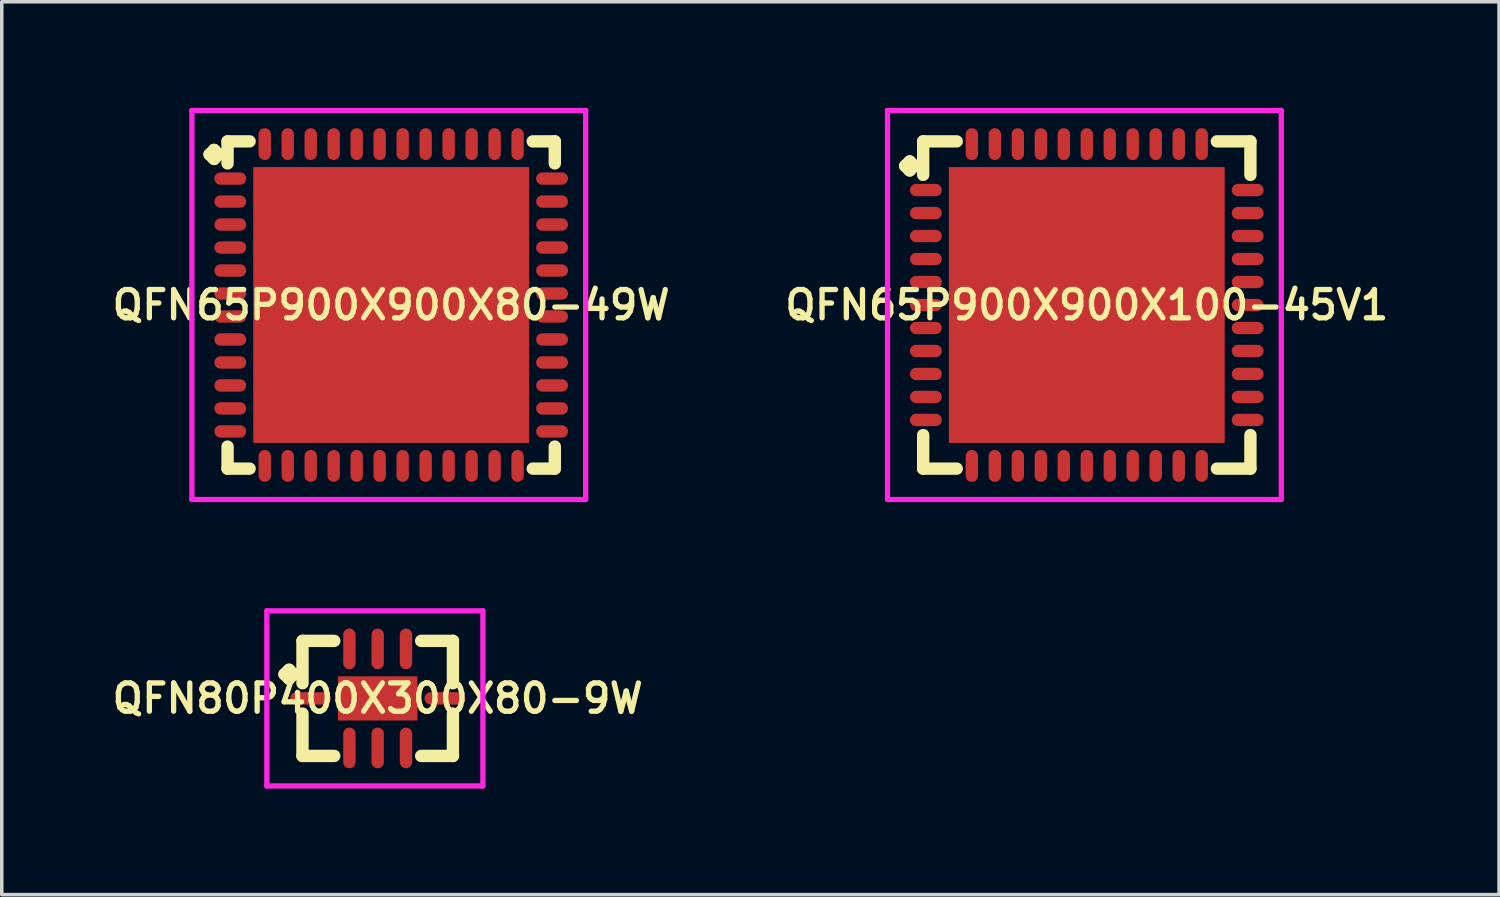
<source format=kicad_pcb>
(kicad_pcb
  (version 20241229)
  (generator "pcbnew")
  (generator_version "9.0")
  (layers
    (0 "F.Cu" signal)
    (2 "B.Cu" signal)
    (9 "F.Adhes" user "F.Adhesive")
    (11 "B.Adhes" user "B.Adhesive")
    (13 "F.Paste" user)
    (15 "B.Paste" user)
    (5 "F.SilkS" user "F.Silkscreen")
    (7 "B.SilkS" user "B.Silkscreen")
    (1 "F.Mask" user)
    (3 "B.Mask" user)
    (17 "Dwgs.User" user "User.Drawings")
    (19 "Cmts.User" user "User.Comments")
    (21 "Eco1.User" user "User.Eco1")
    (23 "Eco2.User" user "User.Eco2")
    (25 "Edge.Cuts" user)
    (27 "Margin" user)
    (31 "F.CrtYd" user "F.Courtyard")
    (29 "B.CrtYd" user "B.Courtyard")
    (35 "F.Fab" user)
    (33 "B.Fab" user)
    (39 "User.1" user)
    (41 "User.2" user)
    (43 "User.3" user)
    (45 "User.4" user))
  (footprint "QFN65P900X900X100-45V1"
    (layer "F.Cu")
    (at 27.683 5.575)
    (property "Reference" "QFN65P900X900X100-45V1" (at 0 0 0) (layer "F.SilkS") (effects (font (size 0.8 0.8) (thickness 0.15))))
    (attr through_hole)
    (fp_line (start -5.135 -3.933) (end -5.008 -4.06) (stroke (width 0.35) (type solid)) (layer "F.SilkS"))
    (fp_line (start -5.008 -4.06) (end -4.881 -3.933) (stroke (width 0.35) (type solid)) (layer "F.SilkS"))
    (fp_line (start -5.008 -3.806) (end -5.135 -3.933) (stroke (width 0.35) (type solid)) (layer "F.SilkS"))
    (fp_line (start -4.881 -3.933) (end -5.008 -3.806) (stroke (width 0.35) (type solid)) (layer "F.SilkS"))
    (fp_line (start -4.627 -4.627) (end -3.679 -4.627) (stroke (width 0.35) (type solid)) (layer "F.SilkS"))
    (fp_line (start -4.627 -3.679) (end -4.627 -4.627) (stroke (width 0.35) (type solid)) (layer "F.SilkS"))
    (fp_line (start -4.627 3.679) (end -4.627 4.627) (stroke (width 0.35) (type solid)) (layer "F.SilkS"))
    (fp_line (start -4.627 4.627) (end -3.679 4.627) (stroke (width 0.35) (type solid)) (layer "F.SilkS"))
    (fp_line (start 3.679 -4.627) (end 4.627 -4.627) (stroke (width 0.35) (type solid)) (layer "F.SilkS"))
    (fp_line (start 3.679 4.627) (end 4.627 4.627) (stroke (width 0.35) (type solid)) (layer "F.SilkS"))
    (fp_line (start 4.627 -4.627) (end 4.627 -3.679) (stroke (width 0.35) (type solid)) (layer "F.SilkS"))
    (fp_line (start 4.627 4.627) (end 4.627 3.679) (stroke (width 0.35) (type solid)) (layer "F.SilkS"))
    (fp_line (start -5.635 -5.5) (end 5.5 -5.5) (stroke (width 0.15) (type solid)) (layer "F.CrtYd"))
    (fp_line (start -5.635 5.5) (end -5.635 -5.5) (stroke (width 0.15) (type solid)) (layer "F.CrtYd"))
    (fp_line (start 5.5 -5.5) (end 5.5 5.5) (stroke (width 0.15) (type solid)) (layer "F.CrtYd"))
    (fp_line (start 5.5 5.5) (end -5.635 5.5) (stroke (width 0.15) (type solid)) (layer "F.CrtYd"))
    (pad "1" smd oval (at -4.55 -3.25) (size 0.9 0.35) (layers "F.Cu" "F.Mask" "F.Paste"))
    (pad "2" smd oval (at -4.55 -2.6) (size 0.9 0.35) (layers "F.Cu" "F.Mask" "F.Paste"))
    (pad "3" smd oval (at -4.55 -1.95) (size 0.9 0.35) (layers "F.Cu" "F.Mask" "F.Paste"))
    (pad "4" smd oval (at -4.55 -1.3) (size 0.9 0.35) (layers "F.Cu" "F.Mask" "F.Paste"))
    (pad "5" smd oval (at -4.55 -0.65) (size 0.9 0.35) (layers "F.Cu" "F.Mask" "F.Paste"))
    (pad "6" smd oval (at -4.55 0) (size 0.9 0.35) (layers "F.Cu" "F.Mask" "F.Paste"))
    (pad "7" smd oval (at -4.55 0.65) (size 0.9 0.35) (layers "F.Cu" "F.Mask" "F.Paste"))
    (pad "8" smd oval (at -4.55 1.3) (size 0.9 0.35) (layers "F.Cu" "F.Mask" "F.Paste"))
    (pad "9" smd oval (at -4.55 1.95) (size 0.9 0.35) (layers "F.Cu" "F.Mask" "F.Paste"))
    (pad "10" smd oval (at -4.55 2.6) (size 0.9 0.35) (layers "F.Cu" "F.Mask" "F.Paste"))
    (pad "11" smd oval (at -4.55 3.25) (size 0.9 0.35) (layers "F.Cu" "F.Mask" "F.Paste"))
    (pad "12" smd oval (at -3.25 4.55) (size 0.35 0.9) (layers "F.Cu" "F.Mask" "F.Paste"))
    (pad "13" smd oval (at -2.6 4.55) (size 0.35 0.9) (layers "F.Cu" "F.Mask" "F.Paste"))
    (pad "14" smd oval (at -1.95 4.55) (size 0.35 0.9) (layers "F.Cu" "F.Mask" "F.Paste"))
    (pad "15" smd oval (at -1.3 4.55) (size 0.35 0.9) (layers "F.Cu" "F.Mask" "F.Paste"))
    (pad "16" smd oval (at -0.65 4.55) (size 0.35 0.9) (layers "F.Cu" "F.Mask" "F.Paste"))
    (pad "17" smd oval (at 0 4.55) (size 0.35 0.9) (layers "F.Cu" "F.Mask" "F.Paste"))
    (pad "18" smd oval (at 0.65 4.55) (size 0.35 0.9) (layers "F.Cu" "F.Mask" "F.Paste"))
    (pad "19" smd oval (at 1.3 4.55) (size 0.35 0.9) (layers "F.Cu" "F.Mask" "F.Paste"))
    (pad "20" smd oval (at 1.95 4.55) (size 0.35 0.9) (layers "F.Cu" "F.Mask" "F.Paste"))
    (pad "21" smd oval (at 2.6 4.55) (size 0.35 0.9) (layers "F.Cu" "F.Mask" "F.Paste"))
    (pad "22" smd oval (at 3.25 4.55) (size 0.35 0.9) (layers "F.Cu" "F.Mask" "F.Paste"))
    (pad "23" smd oval (at 4.55 3.25) (size 0.9 0.35) (layers "F.Cu" "F.Mask" "F.Paste"))
    (pad "24" smd oval (at 4.55 2.6) (size 0.9 0.35) (layers "F.Cu" "F.Mask" "F.Paste"))
    (pad "25" smd oval (at 4.55 1.95) (size 0.9 0.35) (layers "F.Cu" "F.Mask" "F.Paste"))
    (pad "26" smd oval (at 4.55 1.3) (size 0.9 0.35) (layers "F.Cu" "F.Mask" "F.Paste"))
    (pad "27" smd oval (at 4.55 0.65) (size 0.9 0.35) (layers "F.Cu" "F.Mask" "F.Paste"))
    (pad "28" smd oval (at 4.55 0) (size 0.9 0.35) (layers "F.Cu" "F.Mask" "F.Paste"))
    (pad "29" smd oval (at 4.55 -0.65) (size 0.9 0.35) (layers "F.Cu" "F.Mask" "F.Paste"))
    (pad "30" smd oval (at 4.55 -1.3) (size 0.9 0.35) (layers "F.Cu" "F.Mask" "F.Paste"))
    (pad "31" smd oval (at 4.55 -1.95) (size 0.9 0.35) (layers "F.Cu" "F.Mask" "F.Paste"))
    (pad "32" smd oval (at 4.55 -2.6) (size 0.9 0.35) (layers "F.Cu" "F.Mask" "F.Paste"))
    (pad "33" smd oval (at 4.55 -3.25) (size 0.9 0.35) (layers "F.Cu" "F.Mask" "F.Paste"))
    (pad "34" smd oval (at 3.25 -4.55) (size 0.35 0.9) (layers "F.Cu" "F.Mask" "F.Paste"))
    (pad "35" smd oval (at 2.6 -4.55) (size 0.35 0.9) (layers "F.Cu" "F.Mask" "F.Paste"))
    (pad "36" smd oval (at 1.95 -4.55) (size 0.35 0.9) (layers "F.Cu" "F.Mask" "F.Paste"))
    (pad "37" smd oval (at 1.3 -4.55) (size 0.35 0.9) (layers "F.Cu" "F.Mask" "F.Paste"))
    (pad "38" smd oval (at 0.65 -4.55) (size 0.35 0.9) (layers "F.Cu" "F.Mask" "F.Paste"))
    (pad "39" smd oval (at 0 -4.55) (size 0.35 0.9) (layers "F.Cu" "F.Mask" "F.Paste"))
    (pad "40" smd oval (at -0.65 -4.55) (size 0.35 0.9) (layers "F.Cu" "F.Mask" "F.Paste"))
    (pad "41" smd oval (at -1.3 -4.55) (size 0.35 0.9) (layers "F.Cu" "F.Mask" "F.Paste"))
    (pad "42" smd oval (at -1.95 -4.55) (size 0.35 0.9) (layers "F.Cu" "F.Mask" "F.Paste"))
    (pad "43" smd oval (at -2.6 -4.55) (size 0.35 0.9) (layers "F.Cu" "F.Mask" "F.Paste"))
    (pad "44" smd oval (at -3.25 -4.55) (size 0.35 0.9) (layers "F.Cu" "F.Mask" "F.Paste"))
    (pad "45" smd rect (at 0 0) (size 7.8 7.8) (layers "F.Cu" "F.Mask" "F.Paste")))
  (footprint "QFN80P400X300X80-9W"
    (layer "F.Cu")
    (at 7.631 16.7)
    (property "Reference" "QFN80P400X300X80-9W" (at 0 0 0) (layer "F.SilkS") (effects (font (size 0.8 0.8) (thickness 0.15))))
    (attr through_hole)
    (fp_line (start -2.635 -0.683) (end -2.508 -0.81) (stroke (width 0.35) (type solid)) (layer "F.SilkS"))
    (fp_line (start -2.508 -0.81) (end -2.381 -0.683) (stroke (width 0.35) (type solid)) (layer "F.SilkS"))
    (fp_line (start -2.508 -0.556) (end -2.635 -0.683) (stroke (width 0.35) (type solid)) (layer "F.SilkS"))
    (fp_line (start -2.381 -0.683) (end -2.508 -0.556) (stroke (width 0.35) (type solid)) (layer "F.SilkS"))
    (fp_line (start -2.127 -1.627) (end -1.229 -1.627) (stroke (width 0.35) (type solid)) (layer "F.SilkS"))
    (fp_line (start -2.127 -0.429) (end -2.127 -1.627) (stroke (width 0.35) (type solid)) (layer "F.SilkS"))
    (fp_line (start -2.127 0.429) (end -2.127 1.627) (stroke (width 0.35) (type solid)) (layer "F.SilkS"))
    (fp_line (start -2.127 1.627) (end -1.229 1.627) (stroke (width 0.35) (type solid)) (layer "F.SilkS"))
    (fp_line (start 1.229 -1.627) (end 2.127 -1.627) (stroke (width 0.35) (type solid)) (layer "F.SilkS"))
    (fp_line (start 1.229 1.627) (end 2.127 1.627) (stroke (width 0.35) (type solid)) (layer "F.SilkS"))
    (fp_line (start 2.127 -1.627) (end 2.127 -0.429) (stroke (width 0.35) (type solid)) (layer "F.SilkS"))
    (fp_line (start 2.127 1.627) (end 2.127 0.429) (stroke (width 0.35) (type solid)) (layer "F.SilkS"))
    (fp_line (start -3.135 -2.475) (end 2.975 -2.475) (stroke (width 0.15) (type solid)) (layer "F.CrtYd"))
    (fp_line (start -3.135 2.475) (end -3.135 -2.475) (stroke (width 0.15) (type solid)) (layer "F.CrtYd"))
    (fp_line (start 2.975 -2.475) (end 2.975 2.475) (stroke (width 0.15) (type solid)) (layer "F.CrtYd"))
    (fp_line (start 2.975 2.475) (end -3.135 2.475) (stroke (width 0.15) (type solid)) (layer "F.CrtYd"))
    (pad "1" smd oval (at -1.9 0) (size 1.15 0.35) (layers "F.Cu" "F.Mask" "F.Paste"))
    (pad "2" smd oval (at -0.8 1.4) (size 0.35 1.15) (layers "F.Cu" "F.Mask" "F.Paste"))
    (pad "3" smd oval (at 0 1.4) (size 0.35 1.15) (layers "F.Cu" "F.Mask" "F.Paste"))
    (pad "4" smd oval (at 0.8 1.4) (size 0.35 1.15) (layers "F.Cu" "F.Mask" "F.Paste"))
    (pad "5" smd oval (at 1.9 0) (size 1.15 0.35) (layers "F.Cu" "F.Mask" "F.Paste"))
    (pad "6" smd oval (at 0.8 -1.4) (size 0.35 1.15) (layers "F.Cu" "F.Mask" "F.Paste"))
    (pad "7" smd oval (at 0 -1.4) (size 0.35 1.15) (layers "F.Cu" "F.Mask" "F.Paste"))
    (pad "8" smd oval (at -0.8 -1.4) (size 0.35 1.15) (layers "F.Cu" "F.Mask" "F.Paste"))
    (pad "9" smd rect (at 0 0) (size 2.25 1.25) (layers "F.Cu" "F.Mask" "F.Paste")))
  (footprint "QFN65P900X900X80-49W"
    (layer "F.Cu")
    (at 8.012 5.575)
    (property "Reference" "QFN65P900X900X80-49W" (at 0 0 0) (layer "F.SilkS") (effects (font (size 0.8 0.8) (thickness 0.15))))
    (attr smd)
    (fp_line (start -5.135 -4.258) (end -5.008 -4.385) (stroke (width 0.35) (type solid)) (layer "F.SilkS"))
    (fp_line (start -5.008 -4.385) (end -4.881 -4.258) (stroke (width 0.35) (type solid)) (layer "F.SilkS"))
    (fp_line (start -5.008 -4.131) (end -5.135 -4.258) (stroke (width 0.35) (type solid)) (layer "F.SilkS"))
    (fp_line (start -4.881 -4.258) (end -5.008 -4.131) (stroke (width 0.35) (type solid)) (layer "F.SilkS"))
    (fp_line (start -4.627 -4.627) (end -4.004 -4.627) (stroke (width 0.35) (type solid)) (layer "F.SilkS"))
    (fp_line (start -4.627 -4.004) (end -4.627 -4.627) (stroke (width 0.35) (type solid)) (layer "F.SilkS"))
    (fp_line (start -4.627 4.004) (end -4.627 4.627) (stroke (width 0.35) (type solid)) (layer "F.SilkS"))
    (fp_line (start -4.627 4.627) (end -4.004 4.627) (stroke (width 0.35) (type solid)) (layer "F.SilkS"))
    (fp_line (start 4.004 -4.627) (end 4.627 -4.627) (stroke (width 0.35) (type solid)) (layer "F.SilkS"))
    (fp_line (start 4.004 4.627) (end 4.627 4.627) (stroke (width 0.35) (type solid)) (layer "F.SilkS"))
    (fp_line (start 4.627 -4.627) (end 4.627 -4.004) (stroke (width 0.35) (type solid)) (layer "F.SilkS"))
    (fp_line (start 4.627 4.627) (end 4.627 4.004) (stroke (width 0.35) (type solid)) (layer "F.SilkS"))
    (fp_line (start -5.635 -5.5) (end 5.5 -5.5) (stroke (width 0.15) (type solid)) (layer "F.CrtYd"))
    (fp_line (start -5.635 5.5) (end -5.635 -5.5) (stroke (width 0.15) (type solid)) (layer "F.CrtYd"))
    (fp_line (start 5.5 -5.5) (end 5.5 5.5) (stroke (width 0.15) (type solid)) (layer "F.CrtYd"))
    (fp_line (start 5.5 5.5) (end -5.635 5.5) (stroke (width 0.15) (type solid)) (layer "F.CrtYd"))
    (pad "1" smd oval (at -4.55 -3.575) (size 0.9 0.35) (layers "F.Cu" "F.Mask" "F.Paste"))
    (pad "2" smd oval (at -4.55 -2.925) (size 0.9 0.35) (layers "F.Cu" "F.Mask" "F.Paste"))
    (pad "3" smd oval (at -4.55 -2.275) (size 0.9 0.35) (layers "F.Cu" "F.Mask" "F.Paste"))
    (pad "4" smd oval (at -4.55 -1.625) (size 0.9 0.35) (layers "F.Cu" "F.Mask" "F.Paste"))
    (pad "5" smd oval (at -4.55 -0.975) (size 0.9 0.35) (layers "F.Cu" "F.Mask" "F.Paste"))
    (pad "6" smd oval (at -4.55 -0.325) (size 0.9 0.35) (layers "F.Cu" "F.Mask" "F.Paste"))
    (pad "7" smd oval (at -4.55 0.325) (size 0.9 0.35) (layers "F.Cu" "F.Mask" "F.Paste"))
    (pad "8" smd oval (at -4.55 0.975) (size 0.9 0.35) (layers "F.Cu" "F.Mask" "F.Paste"))
    (pad "9" smd oval (at -4.55 1.625) (size 0.9 0.35) (layers "F.Cu" "F.Mask" "F.Paste"))
    (pad "10" smd oval (at -4.55 2.275) (size 0.9 0.35) (layers "F.Cu" "F.Mask" "F.Paste"))
    (pad "11" smd oval (at -4.55 2.925) (size 0.9 0.35) (layers "F.Cu" "F.Mask" "F.Paste"))
    (pad "12" smd oval (at -4.55 3.575) (size 0.9 0.35) (layers "F.Cu" "F.Mask" "F.Paste"))
    (pad "13" smd oval (at -3.575 4.55) (size 0.35 0.9) (layers "F.Cu" "F.Mask" "F.Paste"))
    (pad "14" smd oval (at -2.925 4.55) (size 0.35 0.9) (layers "F.Cu" "F.Mask" "F.Paste"))
    (pad "15" smd oval (at -2.275 4.55) (size 0.35 0.9) (layers "F.Cu" "F.Mask" "F.Paste"))
    (pad "16" smd oval (at -1.625 4.55) (size 0.35 0.9) (layers "F.Cu" "F.Mask" "F.Paste"))
    (pad "17" smd oval (at -0.975 4.55) (size 0.35 0.9) (layers "F.Cu" "F.Mask" "F.Paste"))
    (pad "18" smd oval (at -0.325 4.55) (size 0.35 0.9) (layers "F.Cu" "F.Mask" "F.Paste"))
    (pad "19" smd oval (at 0.325 4.55) (size 0.35 0.9) (layers "F.Cu" "F.Mask" "F.Paste"))
    (pad "20" smd oval (at 0.975 4.55) (size 0.35 0.9) (layers "F.Cu" "F.Mask" "F.Paste"))
    (pad "21" smd oval (at 1.625 4.55) (size 0.35 0.9) (layers "F.Cu" "F.Mask" "F.Paste"))
    (pad "22" smd oval (at 2.275 4.55) (size 0.35 0.9) (layers "F.Cu" "F.Mask" "F.Paste"))
    (pad "23" smd oval (at 2.925 4.55) (size 0.35 0.9) (layers "F.Cu" "F.Mask" "F.Paste"))
    (pad "24" smd oval (at 3.575 4.55) (size 0.35 0.9) (layers "F.Cu" "F.Mask" "F.Paste"))
    (pad "25" smd oval (at 4.55 3.575) (size 0.9 0.35) (layers "F.Cu" "F.Mask" "F.Paste"))
    (pad "26" smd oval (at 4.55 2.925) (size 0.9 0.35) (layers "F.Cu" "F.Mask" "F.Paste"))
    (pad "27" smd oval (at 4.55 2.275) (size 0.9 0.35) (layers "F.Cu" "F.Mask" "F.Paste"))
    (pad "28" smd oval (at 4.55 1.625) (size 0.9 0.35) (layers "F.Cu" "F.Mask" "F.Paste"))
    (pad "29" smd oval (at 4.55 0.975) (size 0.9 0.35) (layers "F.Cu" "F.Mask" "F.Paste"))
    (pad "30" smd oval (at 4.55 0.325) (size 0.9 0.35) (layers "F.Cu" "F.Mask" "F.Paste"))
    (pad "31" smd oval (at 4.55 -0.325) (size 0.9 0.35) (layers "F.Cu" "F.Mask" "F.Paste"))
    (pad "32" smd oval (at 4.55 -0.975) (size 0.9 0.35) (layers "F.Cu" "F.Mask" "F.Paste"))
    (pad "33" smd oval (at 4.55 -1.625) (size 0.9 0.35) (layers "F.Cu" "F.Mask" "F.Paste"))
    (pad "34" smd oval (at 4.55 -2.275) (size 0.9 0.35) (layers "F.Cu" "F.Mask" "F.Paste"))
    (pad "35" smd oval (at 4.55 -2.925) (size 0.9 0.35) (layers "F.Cu" "F.Mask" "F.Paste"))
    (pad "36" smd oval (at 4.55 -3.575) (size 0.9 0.35) (layers "F.Cu" "F.Mask" "F.Paste"))
    (pad "37" smd oval (at 3.575 -4.55) (size 0.35 0.9) (layers "F.Cu" "F.Mask" "F.Paste"))
    (pad "38" smd oval (at 2.925 -4.55) (size 0.35 0.9) (layers "F.Cu" "F.Mask" "F.Paste"))
    (pad "39" smd oval (at 2.275 -4.55) (size 0.35 0.9) (layers "F.Cu" "F.Mask" "F.Paste"))
    (pad "40" smd oval (at 1.625 -4.55) (size 0.35 0.9) (layers "F.Cu" "F.Mask" "F.Paste"))
    (pad "41" smd oval (at 0.975 -4.55) (size 0.35 0.9) (layers "F.Cu" "F.Mask" "F.Paste"))
    (pad "42" smd oval (at 0.325 -4.55) (size 0.35 0.9) (layers "F.Cu" "F.Mask" "F.Paste"))
    (pad "43" smd oval (at -0.325 -4.55) (size 0.35 0.9) (layers "F.Cu" "F.Mask" "F.Paste"))
    (pad "44" smd oval (at -0.975 -4.55) (size 0.35 0.9) (layers "F.Cu" "F.Mask" "F.Paste"))
    (pad "45" smd oval (at -1.625 -4.55) (size 0.35 0.9) (layers "F.Cu" "F.Mask" "F.Paste"))
    (pad "46" smd oval (at -2.275 -4.55) (size 0.35 0.9) (layers "F.Cu" "F.Mask" "F.Paste"))
    (pad "47" smd oval (at -2.925 -4.55) (size 0.35 0.9) (layers "F.Cu" "F.Mask" "F.Paste"))
    (pad "48" smd oval (at -3.575 -4.55) (size 0.35 0.9) (layers "F.Cu" "F.Mask" "F.Paste"))
    (pad "49" smd rect (at 0 0) (size 7.8 7.8) (layers "F.Cu" "F.Mask" "F.Paste")))
  (gr_rect
    (start -3 -3)
    (end 39.342 22.25)
    (stroke (width 0.1) (type default))
    (fill no)
    (layer "Edge.Cuts")))
</source>
